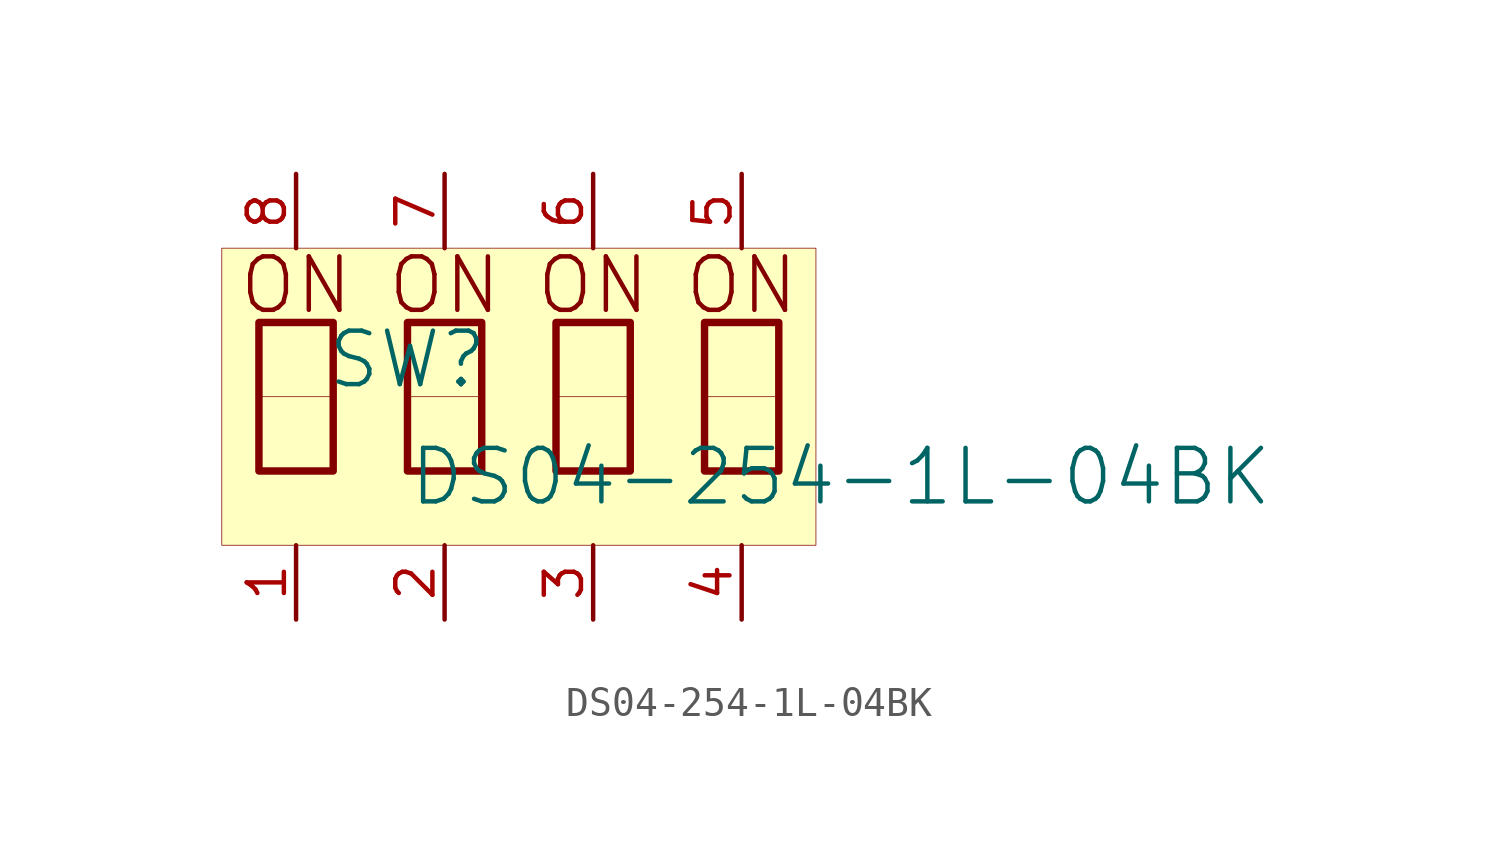
<source format=kicad_sym>
(kicad_symbol_lib
  (version 20231120)
  (generator "kicad_symbol_editor")
  (generator_version "8.0")
  (symbol "DS04-254-1L-04BK"
    (property "Reference" "SW"
      (at -1.27 1.27 0)
      (effects (font (size 1.829 1.829))))
    (property "Value" "DS04-254-1L-04BK"
      (at -1.27 -3.81 0)
      (effects (font (size 1.829 1.829)) (justify left bottom)))
    (symbol "DS04-254-1L-04BK_1_0"
      (rectangle (start -3.81 0) (end -6.35 -2.54) (stroke (width 0.025) (type solid) (color 128 0 0 1)) (fill (type color) (color 0 0 0 1)))
      (polyline (pts (xy -6.35 2.54) (xy -3.81 2.54) (xy -3.81 -2.54) (xy -6.35 -2.54) (xy -6.35 2.54)) (stroke (width 0.254) (type solid)) (fill (type none)))
      (polyline (pts (xy -1.27 2.54) (xy 1.27 2.54) (xy 1.27 -2.54) (xy -1.27 -2.54) (xy -1.27 2.54)) (stroke (width 0.254) (type solid)) (fill (type none)))
      (polyline (pts (xy 3.81 2.54) (xy 6.35 2.54) (xy 6.35 -2.54) (xy 3.81 -2.54) (xy 3.81 2.54)) (stroke (width 0.254) (type solid)) (fill (type none)))
      (polyline (pts (xy 8.89 2.54) (xy 11.43 2.54) (xy 11.43 -2.54) (xy 8.89 -2.54) (xy 8.89 2.54)) (stroke (width 0.254) (type solid)) (fill (type none)))
      (rectangle (start 1.27 0) (end -1.27 -2.54) (stroke (width 0.025) (type solid) (color 128 0 0 1)) (fill (type color) (color 0 0 0 1)))
      (rectangle (start 6.35 0) (end 3.81 -2.54) (stroke (width 0.025) (type solid) (color 128 0 0 1)) (fill (type color) (color 0 0 0 1)))
      (rectangle (start 11.43 0) (end 8.89 -2.54) (stroke (width 0.025) (type solid) (color 128 0 0 1)) (fill (type color) (color 0 0 0 1)))
      (rectangle (start 12.7 5.08) (end -7.62 -5.08) (stroke (width 0.025) (type solid) (color 128 0 0 1)) (fill (type background)))
      (text "ON" (at -5.08 3.81 0) (effects (font (size 1.829 1.829))))
      (text "ON" (at 0 3.81 0) (effects (font (size 1.829 1.829))))
      (text "ON" (at 5.08 3.81 0) (effects (font (size 1.829 1.829))))
      (text "ON" (at 10.16 3.81 0) (effects (font (size 1.829 1.829))))
      (pin passive line (at -5.08 -7.62 90) (length 2.54) (name "1" (effects (font (size 0 0)))) (number "1" (effects (font (size 1.27 1.27)))))
      (pin passive line (at 0 -7.62 90) (length 2.54) (name "2" (effects (font (size 0 0)))) (number "2" (effects (font (size 1.27 1.27)))))
      (pin passive line (at 5.08 -7.62 90) (length 2.54) (name "3" (effects (font (size 0 0)))) (number "3" (effects (font (size 1.27 1.27)))))
      (pin passive line (at 10.16 -7.62 90) (length 2.54) (name "4" (effects (font (size 0 0)))) (number "4" (effects (font (size 1.27 1.27)))))
      (pin passive line (at 10.16 7.62 270) (length 2.54) (name "5" (effects (font (size 0 0)))) (number "5" (effects (font (size 1.27 1.27)))))
      (pin passive line (at 5.08 7.62 270) (length 2.54) (name "6" (effects (font (size 0 0)))) (number "6" (effects (font (size 1.27 1.27)))))
      (pin passive line (at 0 7.62 270) (length 2.54) (name "7" (effects (font (size 0 0)))) (number "7" (effects (font (size 1.27 1.27)))))
      (pin passive line (at -5.08 7.62 270) (length 2.54) (name "8" (effects (font (size 0 0)))) (number "8" (effects (font (size 1.27 1.27))))))))
</source>
